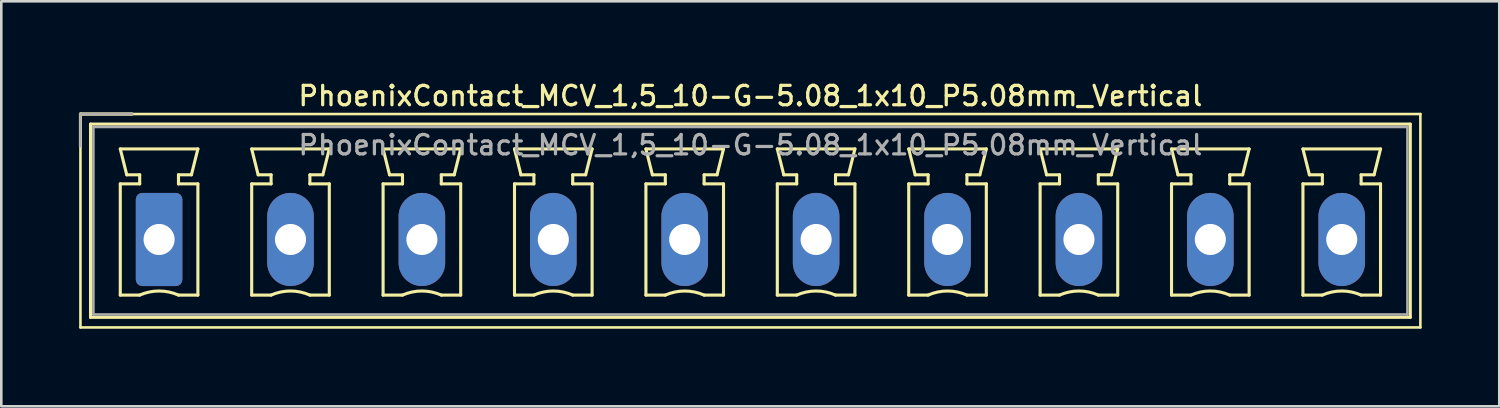
<source format=kicad_pcb>
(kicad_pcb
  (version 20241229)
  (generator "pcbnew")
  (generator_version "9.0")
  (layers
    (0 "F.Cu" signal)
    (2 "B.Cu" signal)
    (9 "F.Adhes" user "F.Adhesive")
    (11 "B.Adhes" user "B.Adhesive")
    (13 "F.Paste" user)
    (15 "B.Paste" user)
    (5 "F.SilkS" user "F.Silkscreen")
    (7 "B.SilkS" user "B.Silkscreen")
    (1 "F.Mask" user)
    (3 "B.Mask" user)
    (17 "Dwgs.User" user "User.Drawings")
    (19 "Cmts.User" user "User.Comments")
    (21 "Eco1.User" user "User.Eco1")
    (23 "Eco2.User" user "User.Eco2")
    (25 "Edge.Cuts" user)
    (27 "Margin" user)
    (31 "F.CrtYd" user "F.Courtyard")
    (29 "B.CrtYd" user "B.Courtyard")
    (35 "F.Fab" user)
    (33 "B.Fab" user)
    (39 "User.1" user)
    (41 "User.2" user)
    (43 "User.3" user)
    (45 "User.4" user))
  (footprint "PhoenixContact_MCV_1,5_10-G-5.08_1x10_P5.08mm_Vertical"
    (layer "F.Cu")
    (at 3.1 6.208)
    (property "Reference" "PhoenixContact_MCV_1,5_10-G-5.08_1x10_P5.08mm_Vertical" (at 22.86 -5.55 0) (layer "F.SilkS") (effects (font (size 0.75 0.75) (thickness 0.125))))
    (attr through_hole)
    (fp_line (start -3.04 -4.85) (end -3.04 3.4) (stroke (width 0.1) (type solid)) (layer "F.SilkS"))
    (fp_line (start -3.04 -4.85) (end -1.04 -4.85) (stroke (width 0.12) (type solid)) (layer "F.SilkS"))
    (fp_line (start -3.04 -3.6) (end -3.04 -4.85) (stroke (width 0.12) (type solid)) (layer "F.SilkS"))
    (fp_line (start -3.04 3.4) (end 48.76 3.4) (stroke (width 0.1) (type solid)) (layer "F.SilkS"))
    (fp_line (start -2.65 -4.46) (end -2.65 3.01) (stroke (width 0.12) (type solid)) (layer "F.SilkS"))
    (fp_line (start -2.65 3.01) (end 48.37 3.01) (stroke (width 0.12) (type solid)) (layer "F.SilkS"))
    (fp_line (start -1.5 -3.5) (end 1.5 -3.5) (stroke (width 0.12) (type solid)) (layer "F.SilkS"))
    (fp_line (start -1.5 -2.15) (end -0.75 -2.15) (stroke (width 0.12) (type solid)) (layer "F.SilkS"))
    (fp_line (start -1.5 2.15) (end -1.5 -2.15) (stroke (width 0.12) (type solid)) (layer "F.SilkS"))
    (fp_line (start -1.25 -2.5) (end -1.5 -3.5) (stroke (width 0.12) (type solid)) (layer "F.SilkS"))
    (fp_line (start -0.75 -2.5) (end -1.25 -2.5) (stroke (width 0.12) (type solid)) (layer "F.SilkS"))
    (fp_line (start -0.75 -2.15) (end -0.75 -2.5) (stroke (width 0.12) (type solid)) (layer "F.SilkS"))
    (fp_line (start -0.75 2.15) (end -1.5 2.15) (stroke (width 0.12) (type solid)) (layer "F.SilkS"))
    (fp_line (start 0.75 -2.5) (end 0.75 -2.15) (stroke (width 0.12) (type solid)) (layer "F.SilkS"))
    (fp_line (start 0.75 -2.15) (end 1.5 -2.15) (stroke (width 0.12) (type solid)) (layer "F.SilkS"))
    (fp_line (start 1.25 -2.5) (end 0.75 -2.5) (stroke (width 0.12) (type solid)) (layer "F.SilkS"))
    (fp_line (start 1.5 -3.5) (end 1.25 -2.5) (stroke (width 0.12) (type solid)) (layer "F.SilkS"))
    (fp_line (start 1.5 -2.15) (end 1.5 2.15) (stroke (width 0.12) (type solid)) (layer "F.SilkS"))
    (fp_line (start 1.5 2.15) (end 0.75 2.15) (stroke (width 0.12) (type solid)) (layer "F.SilkS"))
    (fp_line (start 3.58 -3.5) (end 6.58 -3.5) (stroke (width 0.12) (type solid)) (layer "F.SilkS"))
    (fp_line (start 3.58 -2.15) (end 4.33 -2.15) (stroke (width 0.12) (type solid)) (layer "F.SilkS"))
    (fp_line (start 3.58 2.15) (end 3.58 -2.15) (stroke (width 0.12) (type solid)) (layer "F.SilkS"))
    (fp_line (start 3.83 -2.5) (end 3.58 -3.5) (stroke (width 0.12) (type solid)) (layer "F.SilkS"))
    (fp_line (start 4.33 -2.5) (end 3.83 -2.5) (stroke (width 0.12) (type solid)) (layer "F.SilkS"))
    (fp_line (start 4.33 -2.15) (end 4.33 -2.5) (stroke (width 0.12) (type solid)) (layer "F.SilkS"))
    (fp_line (start 4.33 2.15) (end 3.58 2.15) (stroke (width 0.12) (type solid)) (layer "F.SilkS"))
    (fp_line (start 5.83 -2.5) (end 5.83 -2.15) (stroke (width 0.12) (type solid)) (layer "F.SilkS"))
    (fp_line (start 5.83 -2.15) (end 6.58 -2.15) (stroke (width 0.12) (type solid)) (layer "F.SilkS"))
    (fp_line (start 6.33 -2.5) (end 5.83 -2.5) (stroke (width 0.12) (type solid)) (layer "F.SilkS"))
    (fp_line (start 6.58 -3.5) (end 6.33 -2.5) (stroke (width 0.12) (type solid)) (layer "F.SilkS"))
    (fp_line (start 6.58 -2.15) (end 6.58 2.15) (stroke (width 0.12) (type solid)) (layer "F.SilkS"))
    (fp_line (start 6.58 2.15) (end 5.83 2.15) (stroke (width 0.12) (type solid)) (layer "F.SilkS"))
    (fp_line (start 8.66 -3.5) (end 11.66 -3.5) (stroke (width 0.12) (type solid)) (layer "F.SilkS"))
    (fp_line (start 8.66 -2.15) (end 9.41 -2.15) (stroke (width 0.12) (type solid)) (layer "F.SilkS"))
    (fp_line (start 8.66 2.15) (end 8.66 -2.15) (stroke (width 0.12) (type solid)) (layer "F.SilkS"))
    (fp_line (start 8.91 -2.5) (end 8.66 -3.5) (stroke (width 0.12) (type solid)) (layer "F.SilkS"))
    (fp_line (start 9.41 -2.5) (end 8.91 -2.5) (stroke (width 0.12) (type solid)) (layer "F.SilkS"))
    (fp_line (start 9.41 -2.15) (end 9.41 -2.5) (stroke (width 0.12) (type solid)) (layer "F.SilkS"))
    (fp_line (start 9.41 2.15) (end 8.66 2.15) (stroke (width 0.12) (type solid)) (layer "F.SilkS"))
    (fp_line (start 10.91 -2.5) (end 10.91 -2.15) (stroke (width 0.12) (type solid)) (layer "F.SilkS"))
    (fp_line (start 10.91 -2.15) (end 11.66 -2.15) (stroke (width 0.12) (type solid)) (layer "F.SilkS"))
    (fp_line (start 11.41 -2.5) (end 10.91 -2.5) (stroke (width 0.12) (type solid)) (layer "F.SilkS"))
    (fp_line (start 11.66 -3.5) (end 11.41 -2.5) (stroke (width 0.12) (type solid)) (layer "F.SilkS"))
    (fp_line (start 11.66 -2.15) (end 11.66 2.15) (stroke (width 0.12) (type solid)) (layer "F.SilkS"))
    (fp_line (start 11.66 2.15) (end 10.91 2.15) (stroke (width 0.12) (type solid)) (layer "F.SilkS"))
    (fp_line (start 13.74 -3.5) (end 16.74 -3.5) (stroke (width 0.12) (type solid)) (layer "F.SilkS"))
    (fp_line (start 13.74 -2.15) (end 14.49 -2.15) (stroke (width 0.12) (type solid)) (layer "F.SilkS"))
    (fp_line (start 13.74 2.15) (end 13.74 -2.15) (stroke (width 0.12) (type solid)) (layer "F.SilkS"))
    (fp_line (start 13.99 -2.5) (end 13.74 -3.5) (stroke (width 0.12) (type solid)) (layer "F.SilkS"))
    (fp_line (start 14.49 -2.5) (end 13.99 -2.5) (stroke (width 0.12) (type solid)) (layer "F.SilkS"))
    (fp_line (start 14.49 -2.15) (end 14.49 -2.5) (stroke (width 0.12) (type solid)) (layer "F.SilkS"))
    (fp_line (start 14.49 2.15) (end 13.74 2.15) (stroke (width 0.12) (type solid)) (layer "F.SilkS"))
    (fp_line (start 15.99 -2.5) (end 15.99 -2.15) (stroke (width 0.12) (type solid)) (layer "F.SilkS"))
    (fp_line (start 15.99 -2.15) (end 16.74 -2.15) (stroke (width 0.12) (type solid)) (layer "F.SilkS"))
    (fp_line (start 16.49 -2.5) (end 15.99 -2.5) (stroke (width 0.12) (type solid)) (layer "F.SilkS"))
    (fp_line (start 16.74 -3.5) (end 16.49 -2.5) (stroke (width 0.12) (type solid)) (layer "F.SilkS"))
    (fp_line (start 16.74 -2.15) (end 16.74 2.15) (stroke (width 0.12) (type solid)) (layer "F.SilkS"))
    (fp_line (start 16.74 2.15) (end 15.99 2.15) (stroke (width 0.12) (type solid)) (layer "F.SilkS"))
    (fp_line (start 18.82 -3.5) (end 21.82 -3.5) (stroke (width 0.12) (type solid)) (layer "F.SilkS"))
    (fp_line (start 18.82 -2.15) (end 19.57 -2.15) (stroke (width 0.12) (type solid)) (layer "F.SilkS"))
    (fp_line (start 18.82 2.15) (end 18.82 -2.15) (stroke (width 0.12) (type solid)) (layer "F.SilkS"))
    (fp_line (start 19.07 -2.5) (end 18.82 -3.5) (stroke (width 0.12) (type solid)) (layer "F.SilkS"))
    (fp_line (start 19.57 -2.5) (end 19.07 -2.5) (stroke (width 0.12) (type solid)) (layer "F.SilkS"))
    (fp_line (start 19.57 -2.15) (end 19.57 -2.5) (stroke (width 0.12) (type solid)) (layer "F.SilkS"))
    (fp_line (start 19.57 2.15) (end 18.82 2.15) (stroke (width 0.12) (type solid)) (layer "F.SilkS"))
    (fp_line (start 21.07 -2.5) (end 21.07 -2.15) (stroke (width 0.12) (type solid)) (layer "F.SilkS"))
    (fp_line (start 21.07 -2.15) (end 21.82 -2.15) (stroke (width 0.12) (type solid)) (layer "F.SilkS"))
    (fp_line (start 21.57 -2.5) (end 21.07 -2.5) (stroke (width 0.12) (type solid)) (layer "F.SilkS"))
    (fp_line (start 21.82 -3.5) (end 21.57 -2.5) (stroke (width 0.12) (type solid)) (layer "F.SilkS"))
    (fp_line (start 21.82 -2.15) (end 21.82 2.15) (stroke (width 0.12) (type solid)) (layer "F.SilkS"))
    (fp_line (start 21.82 2.15) (end 21.07 2.15) (stroke (width 0.12) (type solid)) (layer "F.SilkS"))
    (fp_line (start 23.9 -3.5) (end 26.9 -3.5) (stroke (width 0.12) (type solid)) (layer "F.SilkS"))
    (fp_line (start 23.9 -2.15) (end 24.65 -2.15) (stroke (width 0.12) (type solid)) (layer "F.SilkS"))
    (fp_line (start 23.9 2.15) (end 23.9 -2.15) (stroke (width 0.12) (type solid)) (layer "F.SilkS"))
    (fp_line (start 24.15 -2.5) (end 23.9 -3.5) (stroke (width 0.12) (type solid)) (layer "F.SilkS"))
    (fp_line (start 24.65 -2.5) (end 24.15 -2.5) (stroke (width 0.12) (type solid)) (layer "F.SilkS"))
    (fp_line (start 24.65 -2.15) (end 24.65 -2.5) (stroke (width 0.12) (type solid)) (layer "F.SilkS"))
    (fp_line (start 24.65 2.15) (end 23.9 2.15) (stroke (width 0.12) (type solid)) (layer "F.SilkS"))
    (fp_line (start 26.15 -2.5) (end 26.15 -2.15) (stroke (width 0.12) (type solid)) (layer "F.SilkS"))
    (fp_line (start 26.15 -2.15) (end 26.9 -2.15) (stroke (width 0.12) (type solid)) (layer "F.SilkS"))
    (fp_line (start 26.65 -2.5) (end 26.15 -2.5) (stroke (width 0.12) (type solid)) (layer "F.SilkS"))
    (fp_line (start 26.9 -3.5) (end 26.65 -2.5) (stroke (width 0.12) (type solid)) (layer "F.SilkS"))
    (fp_line (start 26.9 -2.15) (end 26.9 2.15) (stroke (width 0.12) (type solid)) (layer "F.SilkS"))
    (fp_line (start 26.9 2.15) (end 26.15 2.15) (stroke (width 0.12) (type solid)) (layer "F.SilkS"))
    (fp_line (start 28.98 -3.5) (end 31.98 -3.5) (stroke (width 0.12) (type solid)) (layer "F.SilkS"))
    (fp_line (start 28.98 -2.15) (end 29.73 -2.15) (stroke (width 0.12) (type solid)) (layer "F.SilkS"))
    (fp_line (start 28.98 2.15) (end 28.98 -2.15) (stroke (width 0.12) (type solid)) (layer "F.SilkS"))
    (fp_line (start 29.23 -2.5) (end 28.98 -3.5) (stroke (width 0.12) (type solid)) (layer "F.SilkS"))
    (fp_line (start 29.73 -2.5) (end 29.23 -2.5) (stroke (width 0.12) (type solid)) (layer "F.SilkS"))
    (fp_line (start 29.73 -2.15) (end 29.73 -2.5) (stroke (width 0.12) (type solid)) (layer "F.SilkS"))
    (fp_line (start 29.73 2.15) (end 28.98 2.15) (stroke (width 0.12) (type solid)) (layer "F.SilkS"))
    (fp_line (start 31.23 -2.5) (end 31.23 -2.15) (stroke (width 0.12) (type solid)) (layer "F.SilkS"))
    (fp_line (start 31.23 -2.15) (end 31.98 -2.15) (stroke (width 0.12) (type solid)) (layer "F.SilkS"))
    (fp_line (start 31.73 -2.5) (end 31.23 -2.5) (stroke (width 0.12) (type solid)) (layer "F.SilkS"))
    (fp_line (start 31.98 -3.5) (end 31.73 -2.5) (stroke (width 0.12) (type solid)) (layer "F.SilkS"))
    (fp_line (start 31.98 -2.15) (end 31.98 2.15) (stroke (width 0.12) (type solid)) (layer "F.SilkS"))
    (fp_line (start 31.98 2.15) (end 31.23 2.15) (stroke (width 0.12) (type solid)) (layer "F.SilkS"))
    (fp_line (start 34.06 -3.5) (end 37.06 -3.5) (stroke (width 0.12) (type solid)) (layer "F.SilkS"))
    (fp_line (start 34.06 -2.15) (end 34.81 -2.15) (stroke (width 0.12) (type solid)) (layer "F.SilkS"))
    (fp_line (start 34.06 2.15) (end 34.06 -2.15) (stroke (width 0.12) (type solid)) (layer "F.SilkS"))
    (fp_line (start 34.31 -2.5) (end 34.06 -3.5) (stroke (width 0.12) (type solid)) (layer "F.SilkS"))
    (fp_line (start 34.81 -2.5) (end 34.31 -2.5) (stroke (width 0.12) (type solid)) (layer "F.SilkS"))
    (fp_line (start 34.81 -2.15) (end 34.81 -2.5) (stroke (width 0.12) (type solid)) (layer "F.SilkS"))
    (fp_line (start 34.81 2.15) (end 34.06 2.15) (stroke (width 0.12) (type solid)) (layer "F.SilkS"))
    (fp_line (start 36.31 -2.5) (end 36.31 -2.15) (stroke (width 0.12) (type solid)) (layer "F.SilkS"))
    (fp_line (start 36.31 -2.15) (end 37.06 -2.15) (stroke (width 0.12) (type solid)) (layer "F.SilkS"))
    (fp_line (start 36.81 -2.5) (end 36.31 -2.5) (stroke (width 0.12) (type solid)) (layer "F.SilkS"))
    (fp_line (start 37.06 -3.5) (end 36.81 -2.5) (stroke (width 0.12) (type solid)) (layer "F.SilkS"))
    (fp_line (start 37.06 -2.15) (end 37.06 2.15) (stroke (width 0.12) (type solid)) (layer "F.SilkS"))
    (fp_line (start 37.06 2.15) (end 36.31 2.15) (stroke (width 0.12) (type solid)) (layer "F.SilkS"))
    (fp_line (start 39.14 -3.5) (end 42.14 -3.5) (stroke (width 0.12) (type solid)) (layer "F.SilkS"))
    (fp_line (start 39.14 -2.15) (end 39.89 -2.15) (stroke (width 0.12) (type solid)) (layer "F.SilkS"))
    (fp_line (start 39.14 2.15) (end 39.14 -2.15) (stroke (width 0.12) (type solid)) (layer "F.SilkS"))
    (fp_line (start 39.39 -2.5) (end 39.14 -3.5) (stroke (width 0.12) (type solid)) (layer "F.SilkS"))
    (fp_line (start 39.89 -2.5) (end 39.39 -2.5) (stroke (width 0.12) (type solid)) (layer "F.SilkS"))
    (fp_line (start 39.89 -2.15) (end 39.89 -2.5) (stroke (width 0.12) (type solid)) (layer "F.SilkS"))
    (fp_line (start 39.89 2.15) (end 39.14 2.15) (stroke (width 0.12) (type solid)) (layer "F.SilkS"))
    (fp_line (start 41.39 -2.5) (end 41.39 -2.15) (stroke (width 0.12) (type solid)) (layer "F.SilkS"))
    (fp_line (start 41.39 -2.15) (end 42.14 -2.15) (stroke (width 0.12) (type solid)) (layer "F.SilkS"))
    (fp_line (start 41.89 -2.5) (end 41.39 -2.5) (stroke (width 0.12) (type solid)) (layer "F.SilkS"))
    (fp_line (start 42.14 -3.5) (end 41.89 -2.5) (stroke (width 0.12) (type solid)) (layer "F.SilkS"))
    (fp_line (start 42.14 -2.15) (end 42.14 2.15) (stroke (width 0.12) (type solid)) (layer "F.SilkS"))
    (fp_line (start 42.14 2.15) (end 41.39 2.15) (stroke (width 0.12) (type solid)) (layer "F.SilkS"))
    (fp_line (start 44.22 -3.5) (end 47.22 -3.5) (stroke (width 0.12) (type solid)) (layer "F.SilkS"))
    (fp_line (start 44.22 -2.15) (end 44.97 -2.15) (stroke (width 0.12) (type solid)) (layer "F.SilkS"))
    (fp_line (start 44.22 2.15) (end 44.22 -2.15) (stroke (width 0.12) (type solid)) (layer "F.SilkS"))
    (fp_line (start 44.47 -2.5) (end 44.22 -3.5) (stroke (width 0.12) (type solid)) (layer "F.SilkS"))
    (fp_line (start 44.97 -2.5) (end 44.47 -2.5) (stroke (width 0.12) (type solid)) (layer "F.SilkS"))
    (fp_line (start 44.97 -2.15) (end 44.97 -2.5) (stroke (width 0.12) (type solid)) (layer "F.SilkS"))
    (fp_line (start 44.97 2.15) (end 44.22 2.15) (stroke (width 0.12) (type solid)) (layer "F.SilkS"))
    (fp_line (start 46.47 -2.5) (end 46.47 -2.15) (stroke (width 0.12) (type solid)) (layer "F.SilkS"))
    (fp_line (start 46.47 -2.15) (end 47.22 -2.15) (stroke (width 0.12) (type solid)) (layer "F.SilkS"))
    (fp_line (start 46.97 -2.5) (end 46.47 -2.5) (stroke (width 0.12) (type solid)) (layer "F.SilkS"))
    (fp_line (start 47.22 -3.5) (end 46.97 -2.5) (stroke (width 0.12) (type solid)) (layer "F.SilkS"))
    (fp_line (start 47.22 -2.15) (end 47.22 2.15) (stroke (width 0.12) (type solid)) (layer "F.SilkS"))
    (fp_line (start 47.22 2.15) (end 46.47 2.15) (stroke (width 0.12) (type solid)) (layer "F.SilkS"))
    (fp_line (start 48.37 -4.46) (end -2.65 -4.46) (stroke (width 0.12) (type solid)) (layer "F.SilkS"))
    (fp_line (start 48.37 3.01) (end 48.37 -4.46) (stroke (width 0.12) (type solid)) (layer "F.SilkS"))
    (fp_line (start 48.76 -4.85) (end -3.04 -4.85) (stroke (width 0.1) (type solid)) (layer "F.SilkS"))
    (fp_line (start 48.76 3.4) (end 48.76 -4.85) (stroke (width 0.1) (type solid)) (layer "F.SilkS"))
    (fp_arc (start -0.75 2.15) (mid -0.000193 1.99191) (end 0.749647 2.149844) (stroke (width 0.12) (type solid)) (layer "F.SilkS"))
    (fp_arc (start 4.33 2.15) (mid 5.079807 1.99191) (end 5.829647 2.149844) (stroke (width 0.12) (type solid)) (layer "F.SilkS"))
    (fp_arc (start 9.41 2.15) (mid 10.159807 1.99191) (end 10.909647 2.149844) (stroke (width 0.12) (type solid)) (layer "F.SilkS"))
    (fp_arc (start 14.49 2.15) (mid 15.239807 1.99191) (end 15.989647 2.149844) (stroke (width 0.12) (type solid)) (layer "F.SilkS"))
    (fp_arc (start 19.57 2.15) (mid 20.319807 1.99191) (end 21.069647 2.149844) (stroke (width 0.12) (type solid)) (layer "F.SilkS"))
    (fp_arc (start 24.65 2.15) (mid 25.399807 1.99191) (end 26.149647 2.149844) (stroke (width 0.12) (type solid)) (layer "F.SilkS"))
    (fp_arc (start 29.73 2.15) (mid 30.479807 1.99191) (end 31.229647 2.149844) (stroke (width 0.12) (type solid)) (layer "F.SilkS"))
    (fp_arc (start 34.81 2.15) (mid 35.559807 1.99191) (end 36.309647 2.149844) (stroke (width 0.12) (type solid)) (layer "F.SilkS"))
    (fp_arc (start 39.89 2.15) (mid 40.639807 1.99191) (end 41.389647 2.149844) (stroke (width 0.12) (type solid)) (layer "F.SilkS"))
    (fp_arc (start 44.97 2.15) (mid 45.719807 1.99191) (end 46.469647 2.149844) (stroke (width 0.12) (type solid)) (layer "F.SilkS"))
    (fp_line (start -3.04 -4.85) (end -1.04 -4.85) (stroke (width 0.1) (type solid)) (layer "F.Fab"))
    (fp_line (start -3.04 -3.6) (end -3.04 -4.85) (stroke (width 0.1) (type solid)) (layer "F.Fab"))
    (fp_line (start -2.54 -4.35) (end -2.54 2.9) (stroke (width 0.1) (type solid)) (layer "F.Fab"))
    (fp_line (start -2.54 2.9) (end 48.26 2.9) (stroke (width 0.1) (type solid)) (layer "F.Fab"))
    (fp_line (start 48.26 -4.35) (end -2.54 -4.35) (stroke (width 0.1) (type solid)) (layer "F.Fab"))
    (fp_line (start 48.26 2.9) (end 48.26 -4.35) (stroke (width 0.1) (type solid)) (layer "F.Fab"))
    (fp_text user "${REFERENCE}" (at 22.86 -3.65 0) (layer "F.Fab") (effects (font (size 0.75 0.75) (thickness 0.125))))
    (pad "1" thru_hole roundrect (at 0 0) (size 1.8 3.6) (drill 1.2) (layers "*.Cu" "*.Mask") (roundrect_rratio 0.139))
    (pad "2" thru_hole oval (at 5.08 0) (size 1.8 3.6) (drill 1.2) (layers "*.Cu" "*.Mask"))
    (pad "3" thru_hole oval (at 10.16 0) (size 1.8 3.6) (drill 1.2) (layers "*.Cu" "*.Mask"))
    (pad "4" thru_hole oval (at 15.24 0) (size 1.8 3.6) (drill 1.2) (layers "*.Cu" "*.Mask"))
    (pad "5" thru_hole oval (at 20.32 0) (size 1.8 3.6) (drill 1.2) (layers "*.Cu" "*.Mask"))
    (pad "6" thru_hole oval (at 25.4 0) (size 1.8 3.6) (drill 1.2) (layers "*.Cu" "*.Mask"))
    (pad "7" thru_hole oval (at 30.48 0) (size 1.8 3.6) (drill 1.2) (layers "*.Cu" "*.Mask"))
    (pad "8" thru_hole oval (at 35.56 0) (size 1.8 3.6) (drill 1.2) (layers "*.Cu" "*.Mask"))
    (pad "9" thru_hole oval (at 40.64 0) (size 1.8 3.6) (drill 1.2) (layers "*.Cu" "*.Mask"))
    (pad "10" thru_hole oval (at 45.72 0) (size 1.8 3.6) (drill 1.2) (layers "*.Cu" "*.Mask")))
  (gr_rect
    (start -3 -3)
    (end 54.91 12.658)
    (stroke (width 0.1) (type default))
    (fill no)
    (layer "Edge.Cuts")))
</source>
